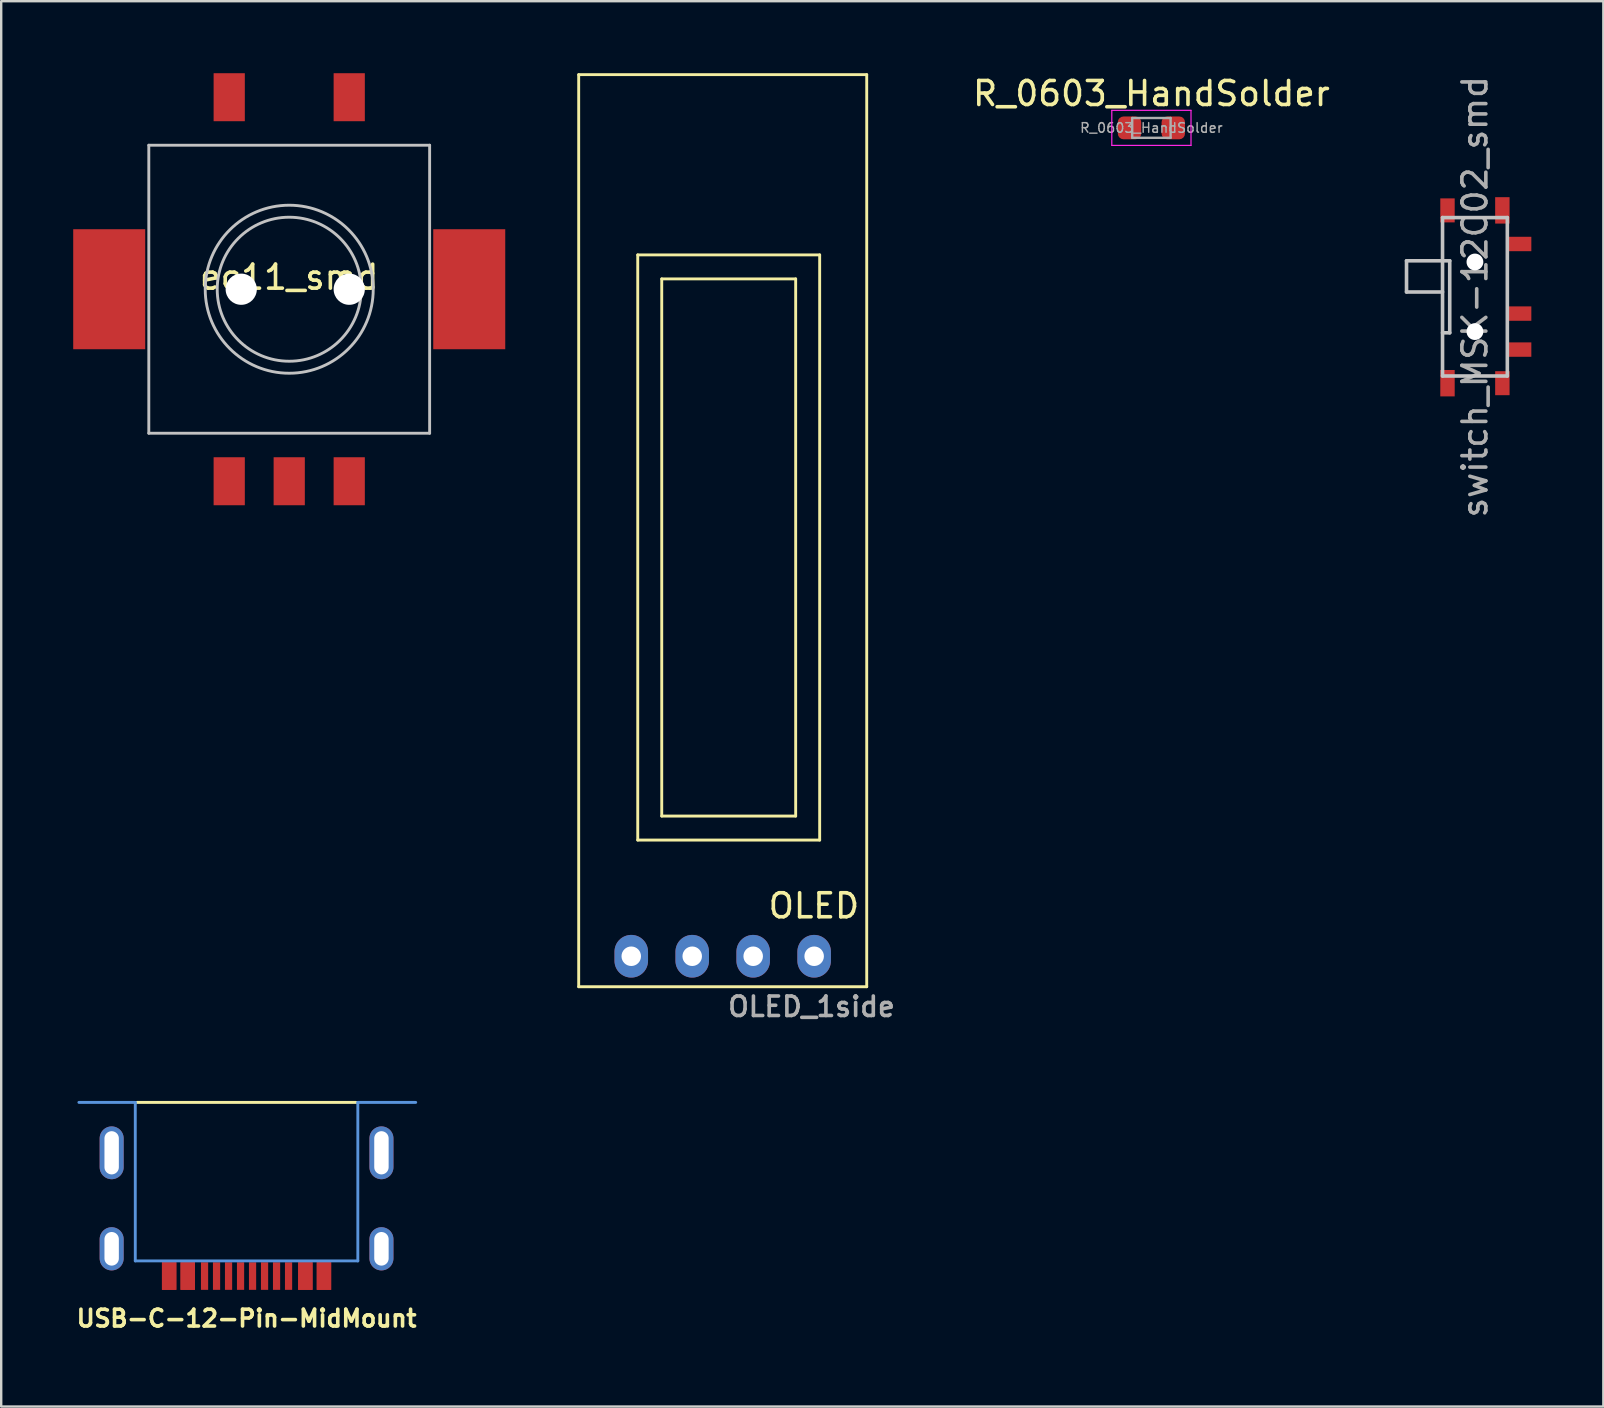
<source format=kicad_pcb>
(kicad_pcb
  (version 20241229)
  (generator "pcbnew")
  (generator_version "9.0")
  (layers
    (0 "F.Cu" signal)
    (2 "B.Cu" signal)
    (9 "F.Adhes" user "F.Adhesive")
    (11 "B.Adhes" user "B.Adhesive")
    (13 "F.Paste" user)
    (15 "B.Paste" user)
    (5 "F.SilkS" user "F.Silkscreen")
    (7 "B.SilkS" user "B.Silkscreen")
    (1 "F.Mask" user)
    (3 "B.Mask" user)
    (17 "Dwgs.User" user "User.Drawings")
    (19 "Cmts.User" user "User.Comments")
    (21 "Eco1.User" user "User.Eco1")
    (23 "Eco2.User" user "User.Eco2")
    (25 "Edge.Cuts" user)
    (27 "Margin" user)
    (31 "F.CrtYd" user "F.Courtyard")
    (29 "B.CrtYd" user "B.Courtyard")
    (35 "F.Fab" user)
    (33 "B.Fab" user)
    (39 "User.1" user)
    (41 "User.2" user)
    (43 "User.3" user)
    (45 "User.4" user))
  (footprint "switch_MSK-12C02_smd"
    (layer "F.Cu")
    (at 57.05 9.315)
    (property "Reference" "switch_MSK-12C02_smd" (at 1.35 0 90) (layer "F.Fab") (effects (font (size 1 1) (thickness 0.15))))
    (attr smd)
    (fp_line (start -1.5 -1.5) (end 0 -1.5) (stroke (width 0.15) (type solid)) (layer "Dwgs.User"))
    (fp_line (start -1.5 -0.2) (end -1.5 -1.5) (stroke (width 0.15) (type solid)) (layer "Dwgs.User"))
    (fp_line (start 0 -3.3) (end 0 3.3) (stroke (width 0.15) (type solid)) (layer "Dwgs.User"))
    (fp_line (start 0 -3.3) (end 2.7 -3.3) (stroke (width 0.15) (type solid)) (layer "Dwgs.User"))
    (fp_line (start 0 -0.2) (end -1.5 -0.2) (stroke (width 0.15) (type solid)) (layer "Dwgs.User"))
    (fp_line (start 0 3.3) (end 2.7 3.3) (stroke (width 0.15) (type solid)) (layer "Dwgs.User"))
    (fp_line (start 0.3 -1.5) (end 0 -1.5) (stroke (width 0.15) (type solid)) (layer "Dwgs.User"))
    (fp_line (start 0.3 1.5) (end 0 1.5) (stroke (width 0.15) (type solid)) (layer "Dwgs.User"))
    (fp_line (start 0.3 1.5) (end 0.3 -1.5) (stroke (width 0.15) (type solid)) (layer "Dwgs.User"))
    (fp_line (start 2.7 -3.3) (end 2.7 3.3) (stroke (width 0.15) (type solid)) (layer "Dwgs.User"))
    (pad "" smd rect (at 0.207 -3.6 90) (size 1 0.6) (layers "F.Cu" "F.Mask" "F.Paste"))
    (pad "" smd rect (at 0.207 3.6 90) (size 1.1 0.6) (layers "F.Cu" "F.Mask" "F.Paste"))
    (pad "" np_thru_hole circle (at 1.35 -1.45 180) (size 0.7 0.7) (drill 0.7) (layers "*.Cu" "*.Mask"))
    (pad "" np_thru_hole circle (at 1.35 1.45 180) (size 0.7 0.7) (drill 0.7) (layers "*.Cu" "*.Mask"))
    (pad "" smd rect (at 2.493 -3.6 90) (size 1.1 0.6) (layers "F.Cu" "F.Mask" "F.Paste"))
    (pad "" smd rect (at 2.493 3.6 90) (size 1 0.6) (layers "F.Cu" "F.Mask" "F.Paste"))
    (pad "1" smd rect (at 3.2 -2.2 180) (size 1 0.6) (layers "F.Cu" "F.Mask" "F.Paste"))
    (pad "2" smd rect (at 3.2 0.7 180) (size 1 0.6) (layers "F.Cu" "F.Mask" "F.Paste"))
    (pad "3" smd rect (at 3.2 2.2 180) (size 1 0.6) (layers "F.Cu" "F.Mask" "F.Paste")))
  (footprint "ec11_smd"
    (layer "F.Cu")
    (at 9 9)
    (property "Reference" "ec11_smd" (at 0 -0.5 0) (unlocked yes) (layer "F.SilkS") (effects (font (size 1 1) (thickness 0.15))))
    (attr smd)
    (fp_line (start -5.85 -6) (end 5.85 -6) (stroke (width 0.12) (type solid)) (layer "Dwgs.User"))
    (fp_line (start -5.85 6) (end -5.85 -6) (stroke (width 0.12) (type solid)) (layer "Dwgs.User"))
    (fp_line (start 5.85 -6) (end 5.85 6) (stroke (width 0.12) (type solid)) (layer "Dwgs.User"))
    (fp_line (start 5.85 6) (end -5.85 6) (stroke (width 0.12) (type solid)) (layer "Dwgs.User"))
    (fp_circle (center 0 0) (end 3 0) (stroke (width 0.12) (type solid)) (fill no) (layer "Dwgs.User"))
    (fp_circle (center 0 0) (end 3.5 0) (stroke (width 0.12) (type solid)) (fill no) (layer "Dwgs.User"))
    (pad "" np_thru_hole circle (at -2 0 90) (size 1.3 1.3) (drill 1.3) (layers "*.Cu" "*.Mask"))
    (pad "" np_thru_hole circle (at 2.5 0 90) (size 1.3 1.3) (drill 1.3) (layers "*.Cu" "*.Mask"))
    (pad "A" smd rect (at -2.5 8) (size 1.3 2) (layers "F.Cu" "F.Mask" "F.Paste"))
    (pad "B" smd rect (at 2.5 8) (size 1.3 2) (layers "F.Cu" "F.Mask" "F.Paste"))
    (pad "C" smd rect (at 0 8) (size 1.3 2) (layers "F.Cu" "F.Mask" "F.Paste"))
    (pad "H1" smd rect (at 7.5 0) (size 3 5) (layers "F.Cu" "F.Mask" "F.Paste"))
    (pad "H2" smd rect (at -7.5 0) (size 3 5) (layers "F.Cu" "F.Mask" "F.Paste"))
    (pad "S1" smd rect (at -2.5 -8) (size 1.3 2) (layers "F.Cu" "F.Mask" "F.Paste"))
    (pad "S2" smd rect (at 2.5 -8) (size 1.3 2) (layers "F.Cu" "F.Mask" "F.Paste")))
  (footprint "OLED_1side"
    (layer "F.Cu")
    (at 27.06 36.79)
    (property "Reference" "OLED_1side" (at 3.7 2.1 180) (layer "F.Fab") (effects (font (size 0.813 0.813) (thickness 0.15))))
    (attr through_hole)
    (fp_line (start -6 -36.73) (end -6 1.27) (stroke (width 0.12) (type solid)) (layer "F.SilkS"))
    (fp_line (start -6 -36.73) (end 6 -36.73) (stroke (width 0.12) (type solid)) (layer "F.SilkS"))
    (fp_line (start -3.54 -29.22) (end 4.04 -29.22) (stroke (width 0.12) (type solid)) (layer "F.SilkS"))
    (fp_line (start -3.54 -4.84) (end -3.54 -29.22) (stroke (width 0.12) (type solid)) (layer "F.SilkS"))
    (fp_line (start -2.54 -28.22) (end 3.04 -28.22) (stroke (width 0.12) (type solid)) (layer "F.SilkS"))
    (fp_line (start -2.54 -5.84) (end -2.54 -28.22) (stroke (width 0.12) (type solid)) (layer "F.SilkS"))
    (fp_line (start 3.04 -28.22) (end 3.04 -5.84) (stroke (width 0.12) (type solid)) (layer "F.SilkS"))
    (fp_line (start 3.04 -5.84) (end -2.54 -5.84) (stroke (width 0.12) (type solid)) (layer "F.SilkS"))
    (fp_line (start 4.04 -29.22) (end 4.04 -4.84) (stroke (width 0.12) (type solid)) (layer "F.SilkS"))
    (fp_line (start 4.04 -4.84) (end -3.54 -4.84) (stroke (width 0.12) (type solid)) (layer "F.SilkS"))
    (fp_line (start 6 1.27) (end -6 1.27) (stroke (width 0.12) (type solid)) (layer "F.SilkS"))
    (fp_line (start 6 1.27) (end 6 -36.73) (stroke (width 0.12) (type solid)) (layer "F.SilkS"))
    (fp_text user "OLED" (at 3.8 -2.1 0) (layer "F.SilkS") (effects (font (size 1 1) (thickness 0.15))))
    (pad "1" thru_hole oval (at -3.81 0) (size 1.397 1.778) (drill 0.813) (layers "*.Cu" "B.Mask"))
    (pad "2" thru_hole oval (at -1.27 0) (size 1.397 1.778) (drill 0.813) (layers "*.Cu" "B.Mask"))
    (pad "3" thru_hole oval (at 1.27 0) (size 1.397 1.778) (drill 0.813) (layers "*.Cu" "B.Mask"))
    (pad "4" thru_hole oval (at 3.81 0) (size 1.397 1.778) (drill 0.813) (layers "*.Cu" "B.Mask")))
  (footprint "R_0603_HandSolder"
    (layer "F.Cu")
    (at 44.921 2.278)
    (property "Reference" "R_0603_HandSolder" (at 0 -1.43 0) (layer "F.SilkS") (effects (font (size 1 1) (thickness 0.15))))
    (attr smd)
    (fp_line (start -1.65 -0.73) (end 1.65 -0.73) (stroke (width 0.05) (type solid)) (layer "F.CrtYd"))
    (fp_line (start -1.65 0.73) (end -1.65 -0.73) (stroke (width 0.05) (type solid)) (layer "F.CrtYd"))
    (fp_line (start 1.65 -0.73) (end 1.65 0.73) (stroke (width 0.05) (type solid)) (layer "F.CrtYd"))
    (fp_line (start 1.65 0.73) (end -1.65 0.73) (stroke (width 0.05) (type solid)) (layer "F.CrtYd"))
    (fp_line (start -0.8 -0.412) (end 0.8 -0.412) (stroke (width 0.1) (type solid)) (layer "F.Fab"))
    (fp_line (start -0.8 0.412) (end -0.8 -0.412) (stroke (width 0.1) (type solid)) (layer "F.Fab"))
    (fp_line (start 0.8 -0.412) (end 0.8 0.412) (stroke (width 0.1) (type solid)) (layer "F.Fab"))
    (fp_line (start 0.8 0.412) (end -0.8 0.412) (stroke (width 0.1) (type solid)) (layer "F.Fab"))
    (fp_text user "${REFERENCE}" (at 0 0 0) (layer "F.Fab") (effects (font (size 0.4 0.4) (thickness 0.06))))
    (pad "1" smd roundrect (at -0.912 0) (size 0.975 0.95) (layers "F.Cu" "F.Mask" "F.Paste") (roundrect_rratio 0.25))
    (pad "2" smd roundrect (at 0.912 0) (size 0.975 0.95) (layers "F.Cu" "F.Mask" "F.Paste") (roundrect_rratio 0.25)))
  (footprint "USB-C-12-Pin-MidMount"
    (layer "F.Cu")
    (at 7.222 42.879)
    (property "Reference" "USB-C-12-Pin-MidMount" (at 0 9 0) (layer "F.SilkS") (effects (font (size 0.7 0.7) (thickness 0.15))))
    (attr through_hole)
    (fp_line (start 4.572 0) (end -4.572 0) (stroke (width 0.12) (type solid)) (layer "F.SilkS"))
    (fp_line (start -6.985 0) (end -4.636 0) (stroke (width 0.12) (type solid)) (layer "Cmts.User"))
    (fp_line (start -4.636 0) (end -4.636 6.604) (stroke (width 0.12) (type solid)) (layer "Cmts.User"))
    (fp_line (start -4.636 6.604) (end 4.636 6.604) (stroke (width 0.12) (type solid)) (layer "Cmts.User"))
    (fp_line (start 4.636 0) (end 7.048 0) (stroke (width 0.12) (type solid)) (layer "Cmts.User"))
    (fp_line (start 4.636 6.604) (end 4.636 0) (stroke (width 0.12) (type solid)) (layer "Cmts.User"))
    (pad "A1" smd rect (at 3.225 7.235) (size 0.6 1.15) (layers "F.Cu" "F.Mask" "F.Paste"))
    (pad "A4" smd rect (at 2.45 7.235) (size 0.6 1.15) (layers "F.Cu" "F.Mask" "F.Paste"))
    (pad "A5" smd rect (at 1.25 7.235) (size 0.3 1.15) (layers "F.Cu" "F.Mask" "F.Paste"))
    (pad "A6" smd rect (at 0.25 7.235) (size 0.3 1.15) (layers "F.Cu" "F.Mask" "F.Paste"))
    (pad "A7" smd rect (at -0.25 7.235) (size 0.3 1.15) (layers "F.Cu" "F.Mask" "F.Paste"))
    (pad "A8" smd rect (at -1.25 7.235) (size 0.3 1.15) (layers "F.Cu" "F.Mask" "F.Paste"))
    (pad "A9" smd rect (at -2.45 7.235) (size 0.6 1.15) (layers "F.Cu" "F.Mask" "F.Paste"))
    (pad "A12" smd rect (at -3.225 7.235) (size 0.6 1.15) (layers "F.Cu" "F.Mask" "F.Paste"))
    (pad "B1" smd rect (at -3.225 7.235) (size 0.6 1.15) (layers "F.Cu" "F.Mask" "F.Paste"))
    (pad "B4" smd rect (at -2.45 7.235) (size 0.6 1.15) (layers "F.Cu" "F.Mask" "F.Paste"))
    (pad "B5" smd rect (at -1.75 7.235) (size 0.3 1.15) (layers "F.Cu" "F.Mask" "F.Paste"))
    (pad "B6" smd rect (at -0.75 7.235) (size 0.3 1.15) (layers "F.Cu" "F.Mask" "F.Paste"))
    (pad "B7" smd rect (at 0.75 7.235) (size 0.3 1.15) (layers "F.Cu" "F.Mask" "F.Paste"))
    (pad "B8" smd rect (at 1.75 7.235) (size 0.3 1.15) (layers "F.Cu" "F.Mask" "F.Paste"))
    (pad "B9" smd rect (at 2.45 7.235) (size 0.6 1.15) (layers "F.Cu" "F.Mask" "F.Paste"))
    (pad "B12" smd rect (at 3.225 7.235) (size 0.6 1.15) (layers "F.Cu" "F.Mask" "F.Paste"))
    (pad "S1" thru_hole oval (at -5.62 2.1) (size 1 2.2) (drill oval 0.6 1.8) (layers "*.Cu" "*.Mask"))
    (pad "S1" thru_hole oval (at -5.62 6.1) (size 1 1.8) (drill oval 0.6 1.4) (layers "*.Cu" "*.Mask"))
    (pad "S1" thru_hole oval (at 5.62 2.1) (size 1 2.2) (drill oval 0.6 1.8) (layers "*.Cu" "*.Mask"))
    (pad "S1" thru_hole oval (at 5.62 6.1) (size 1 1.8) (drill oval 0.6 1.4) (layers "*.Cu" "*.Mask")))
  (gr_rect
    (start -3 -3)
    (end 63.75 55.551)
    (stroke (width 0.1) (type default))
    (fill no)
    (layer "Edge.Cuts")))
</source>
